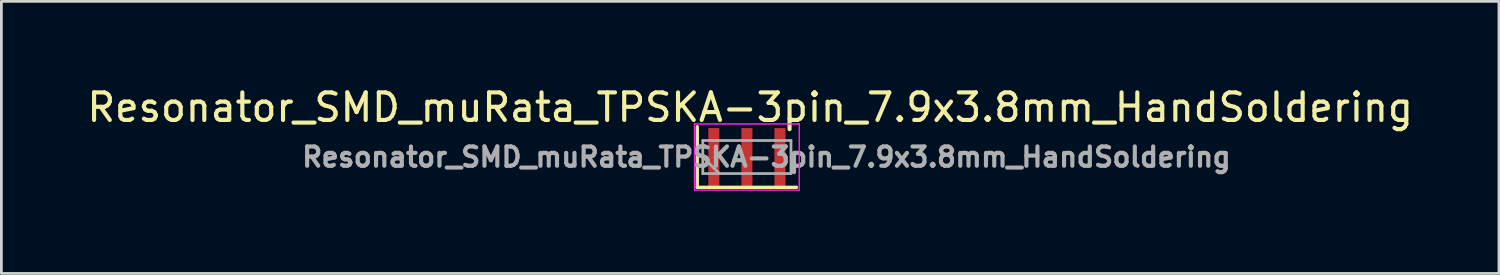
<source format=kicad_pcb>
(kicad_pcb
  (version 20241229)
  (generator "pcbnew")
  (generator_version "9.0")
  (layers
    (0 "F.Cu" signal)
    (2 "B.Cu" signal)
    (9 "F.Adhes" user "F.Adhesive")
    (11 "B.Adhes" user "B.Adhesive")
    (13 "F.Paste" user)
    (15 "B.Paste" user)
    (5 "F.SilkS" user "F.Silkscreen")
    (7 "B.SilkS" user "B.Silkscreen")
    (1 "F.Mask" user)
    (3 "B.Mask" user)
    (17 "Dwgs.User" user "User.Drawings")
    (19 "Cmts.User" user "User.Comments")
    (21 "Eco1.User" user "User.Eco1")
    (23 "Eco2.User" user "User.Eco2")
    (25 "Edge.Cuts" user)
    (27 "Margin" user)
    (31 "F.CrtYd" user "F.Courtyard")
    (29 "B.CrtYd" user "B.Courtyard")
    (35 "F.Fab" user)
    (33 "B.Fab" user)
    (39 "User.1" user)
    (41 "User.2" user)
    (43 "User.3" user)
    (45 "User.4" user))
  (footprint "Resonator_SMD_muRata_TPSKA-3pin_7.9x3.8mm_HandSoldering"
    (layer "F.Cu")
    (at 24.053 2.648)
    (property "Reference" "Resonator_SMD_muRata_TPSKA-3pin_7.9x3.8mm_HandSoldering" (at 0.12 -1.8 0) (layer "F.SilkS") (effects (font (size 1 1) (thickness 0.15))))
    (attr smd)
    (fp_line (start -1.8 -1.1) (end -1.8 1.1) (stroke (width 0.12) (type solid)) (layer "F.SilkS"))
    (fp_line (start -1.8 1.1) (end 1.8 1.1) (stroke (width 0.12) (type solid)) (layer "F.SilkS"))
    (fp_line (start -1.9 -1.2) (end -1.9 1.2) (stroke (width 0.05) (type solid)) (layer "F.CrtYd"))
    (fp_line (start -1.9 1.2) (end 1.9 1.2) (stroke (width 0.05) (type solid)) (layer "F.CrtYd"))
    (fp_line (start 1.9 -1.2) (end -1.9 -1.2) (stroke (width 0.05) (type solid)) (layer "F.CrtYd"))
    (fp_line (start 1.9 1.2) (end 1.9 -1.2) (stroke (width 0.05) (type solid)) (layer "F.CrtYd"))
    (fp_line (start -1.6 -0.6) (end -1.6 0.6) (stroke (width 0.1) (type solid)) (layer "F.Fab"))
    (fp_line (start -1.6 0) (end -1 0.6) (stroke (width 0.1) (type solid)) (layer "F.Fab"))
    (fp_line (start -1.6 0.6) (end 1.6 0.6) (stroke (width 0.1) (type solid)) (layer "F.Fab"))
    (fp_line (start 1.6 -0.6) (end -1.6 -0.6) (stroke (width 0.1) (type solid)) (layer "F.Fab"))
    (fp_line (start 1.6 0.6) (end 1.6 -0.6) (stroke (width 0.1) (type solid)) (layer "F.Fab"))
    (fp_text user "${REFERENCE}" (at 0.71 0 0) (layer "F.Fab") (effects (font (size 0.7 0.7) (thickness 0.15))))
    (pad "1" smd rect (at -1.2 0) (size 0.4 2.1) (layers "F.Cu" "F.Mask" "F.Paste"))
    (pad "2" smd rect (at 0 0) (size 0.4 2.1) (layers "F.Cu" "F.Mask" "F.Paste"))
    (pad "3" smd rect (at 1.2 0) (size 0.4 2.1) (layers "F.Cu" "F.Mask" "F.Paste")))
  (gr_rect
    (start -3 -3)
    (end 51.345 6.873)
    (stroke (width 0.1) (type default))
    (fill no)
    (layer "Edge.Cuts")))
</source>
